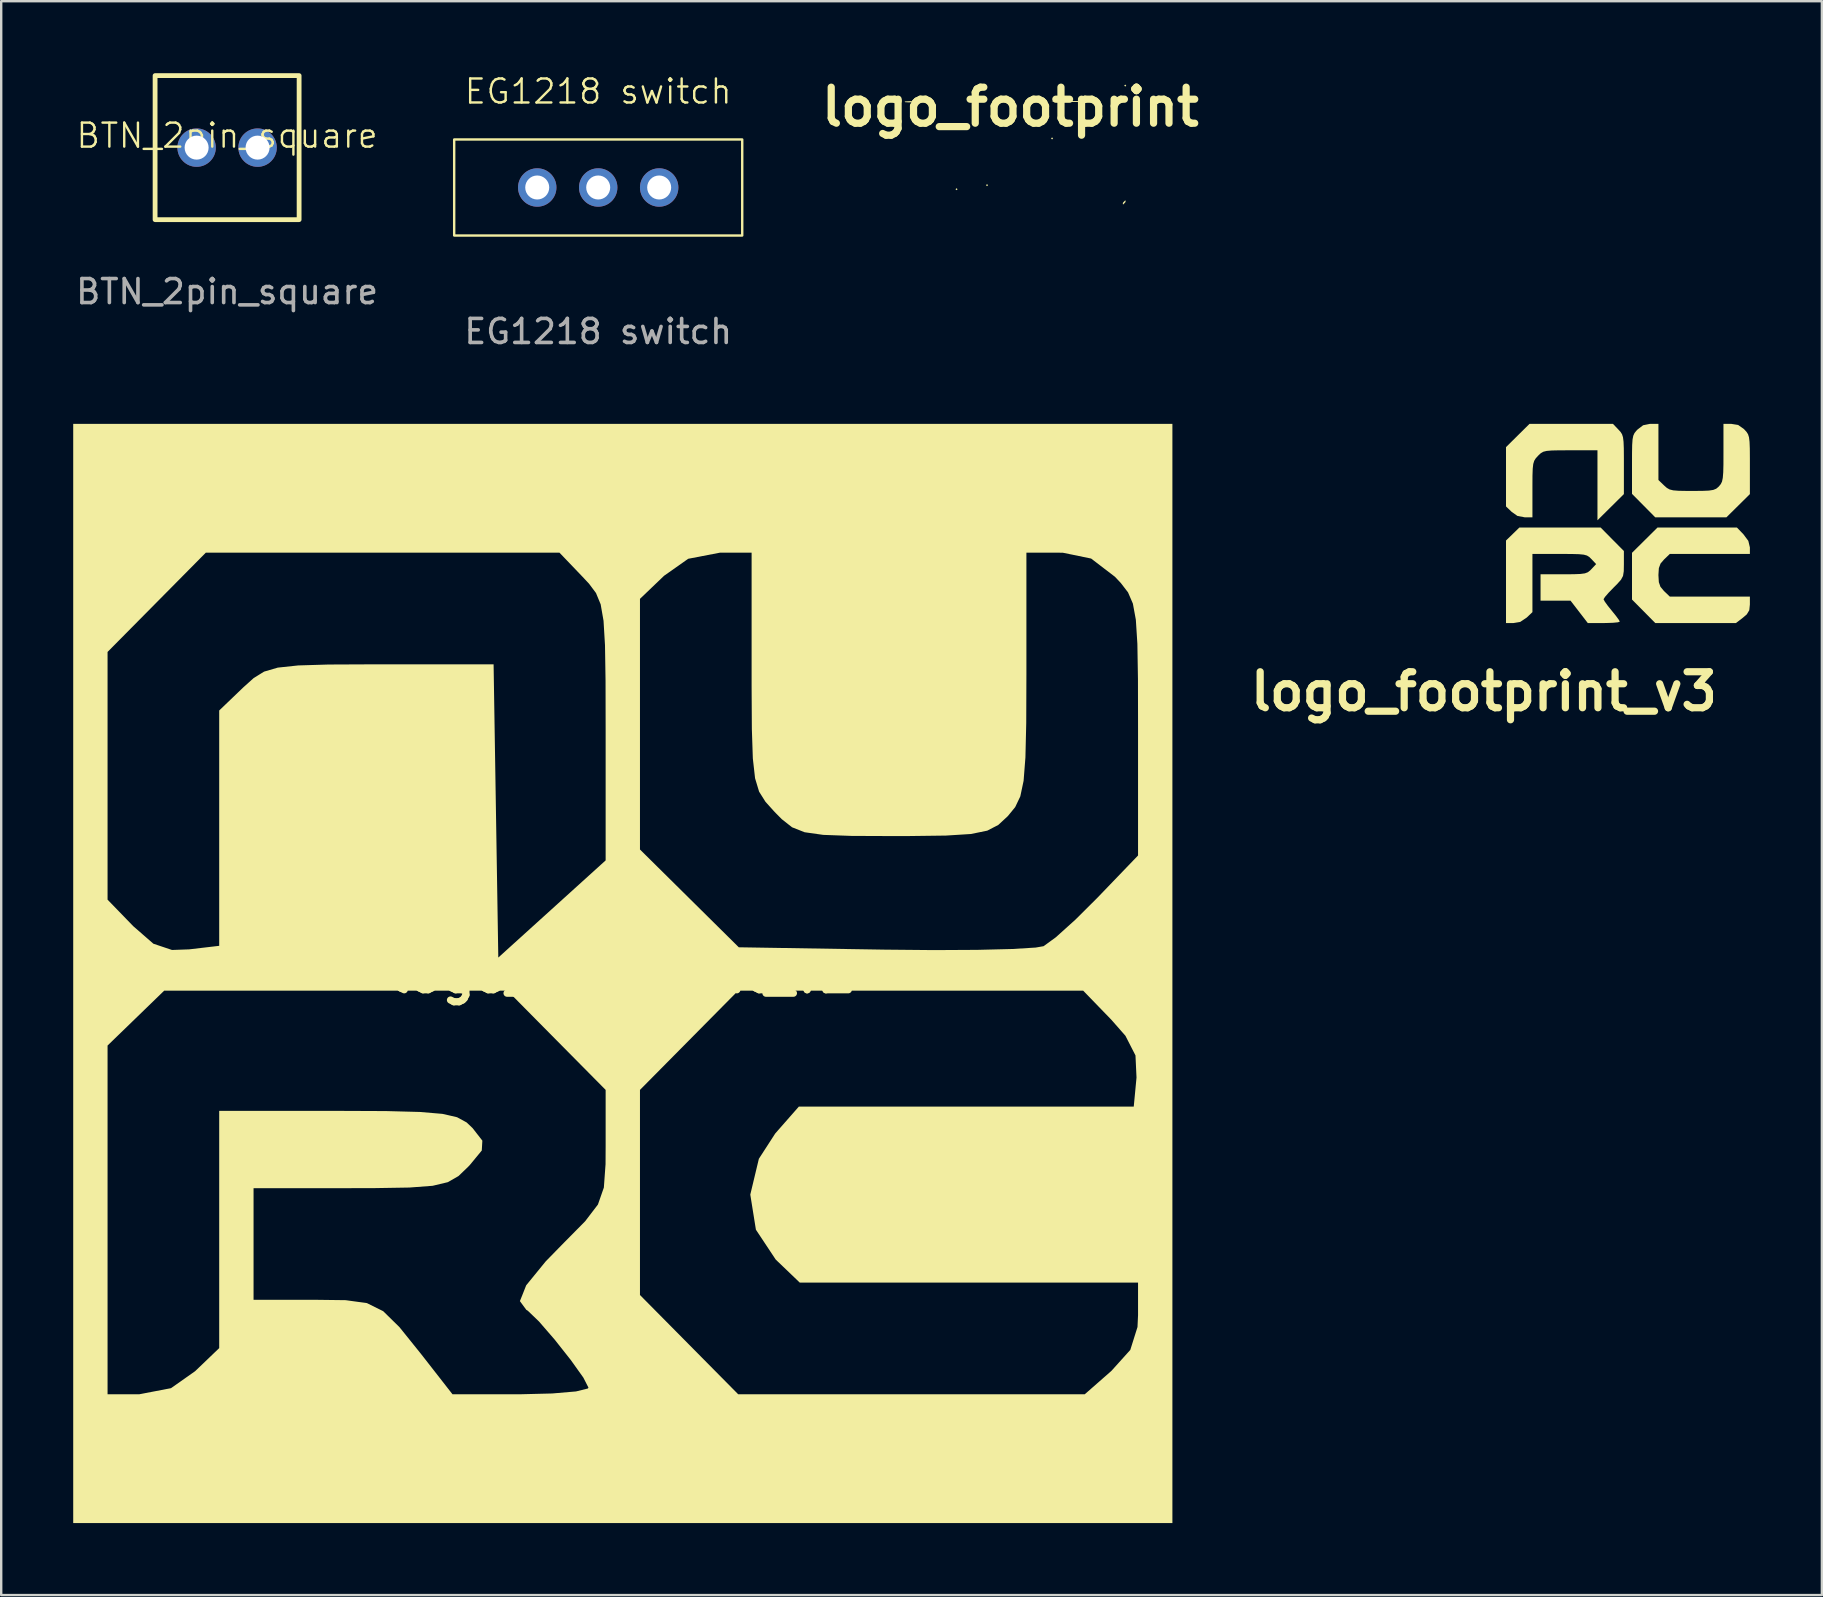
<source format=kicad_pcb>
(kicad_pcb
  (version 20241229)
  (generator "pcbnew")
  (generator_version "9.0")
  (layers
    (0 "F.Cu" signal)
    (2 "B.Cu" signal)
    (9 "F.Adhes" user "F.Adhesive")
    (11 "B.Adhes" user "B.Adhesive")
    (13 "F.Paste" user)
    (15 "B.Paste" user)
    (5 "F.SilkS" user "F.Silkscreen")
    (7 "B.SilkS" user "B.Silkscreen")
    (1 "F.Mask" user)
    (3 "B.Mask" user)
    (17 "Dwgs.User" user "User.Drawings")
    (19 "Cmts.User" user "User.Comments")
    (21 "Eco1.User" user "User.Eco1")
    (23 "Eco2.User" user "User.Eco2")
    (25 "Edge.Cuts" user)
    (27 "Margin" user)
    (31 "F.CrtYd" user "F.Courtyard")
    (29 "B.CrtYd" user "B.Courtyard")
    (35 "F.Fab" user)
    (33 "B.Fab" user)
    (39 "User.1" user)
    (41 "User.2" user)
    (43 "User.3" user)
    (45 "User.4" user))
  (footprint "logo_footprint_v3"
    (layer "F.Cu")
    (at 64.77 18.757)
    (property "Reference" "logo_footprint_v3" (at -6 7 0) (layer "F.SilkS") (effects (font (size 1.5 1.5) (thickness 0.3))))
    (attr board_only exclude_from_pos_files exclude_from_bom)
    (fp_poly (pts (xy 4.809 0.449) (xy 5.015 0.725) (xy 5.08 0.997) (xy 5.08 0.999) (xy 5.08 1.27) (xy 3.412 1.27) (xy 1.745 1.27) (xy 1.507 1.498) (xy 1.359 1.67) (xy 1.288 1.86) (xy 1.27 2.141) (xy 1.27 2.159) (xy 1.287 2.446) (xy 1.354 2.639) (xy 1.498 2.811) (xy 1.507 2.82) (xy 1.745 3.048) (xy 3.412 3.048) (xy 5.08 3.048) (xy 5.08 3.377) (xy 5.055 3.615) (xy 4.951 3.788) (xy 4.789 3.927) (xy 4.499 4.149) (xy 2.818 4.149) (xy 1.138 4.149) (xy 0.654 3.659) (xy 0.169 3.17) (xy 0.169 2.196) (xy 0.169 1.223) (xy 0.701 0.696) (xy 1.232 0.169) (xy 2.886 0.169) (xy 4.539 0.169)) (stroke (width 0) (type solid)) (fill yes) (layer "F.SilkS"))
    (fp_poly (pts (xy -0.397 -3.911) (xy -0.308 -3.814) (xy -0.246 -3.716) (xy -0.206 -3.589) (xy -0.183 -3.401) (xy -0.172 -3.121) (xy -0.169 -2.719) (xy -0.169 -2.448) (xy -0.169 -1.223) (xy -0.72 -0.677) (xy -1.27 -0.132) (xy -1.27 -1.59) (xy -1.27 -3.048) (xy -2.397 -3.048) (xy -2.853 -3.047) (xy -3.172 -3.04) (xy -3.386 -3.022) (xy -3.527 -2.987) (xy -3.628 -2.929) (xy -3.721 -2.843) (xy -3.752 -2.811) (xy -3.843 -2.71) (xy -3.905 -2.61) (xy -3.945 -2.478) (xy -3.967 -2.283) (xy -3.977 -1.992) (xy -3.979 -1.573) (xy -3.979 -1.414) (xy -3.979 -0.254) (xy -4.292 -0.254) (xy -4.605 -0.314) (xy -4.843 -0.482) (xy -5.08 -0.709) (xy -5.08 -1.945) (xy -5.08 -3.18) (xy -4.591 -3.664) (xy -4.101 -4.149) (xy -2.363 -4.149) (xy -0.624 -4.149)) (stroke (width 0) (type solid)) (fill yes) (layer "F.SilkS"))
    (fp_poly (pts (xy 4.591 -4.103) (xy 4.826 -3.938) (xy 4.852 -3.911) (xy 4.941 -3.814) (xy 5.003 -3.716) (xy 5.043 -3.589) (xy 5.066 -3.401) (xy 5.077 -3.121) (xy 5.08 -2.719) (xy 5.08 -2.448) (xy 5.08 -1.222) (xy 4.591 -0.738) (xy 4.101 -0.254) (xy 2.62 -0.254) (xy 1.138 -0.254) (xy 0.654 -0.743) (xy 0.169 -1.233) (xy 0.169 -2.453) (xy 0.17 -2.931) (xy 0.176 -3.27) (xy 0.192 -3.502) (xy 0.223 -3.657) (xy 0.273 -3.766) (xy 0.348 -3.859) (xy 0.397 -3.911) (xy 0.632 -4.091) (xy 0.911 -4.148) (xy 0.947 -4.149) (xy 1.27 -4.149) (xy 1.27 -2.979) (xy 1.27 -1.81) (xy 1.507 -1.582) (xy 1.62 -1.482) (xy 1.734 -1.417) (xy 1.886 -1.379) (xy 2.114 -1.361) (xy 2.455 -1.355) (xy 2.678 -1.355) (xy 3.092 -1.357) (xy 3.372 -1.369) (xy 3.554 -1.397) (xy 3.675 -1.446) (xy 3.769 -1.523) (xy 3.795 -1.551) (xy 3.868 -1.64) (xy 3.919 -1.745) (xy 3.951 -1.898) (xy 3.97 -2.128) (xy 3.978 -2.467) (xy 3.979 -2.944) (xy 3.979 -2.948) (xy 3.979 -4.149) (xy 4.302 -4.149)) (stroke (width 0) (type solid)) (fill yes) (layer "F.SilkS"))
    (fp_poly (pts (xy -0.654 0.659) (xy -0.169 1.148) (xy -0.169 1.699) (xy -0.174 1.991) (xy -0.205 2.187) (xy -0.29 2.346) (xy -0.454 2.529) (xy -0.593 2.667) (xy -0.803 2.884) (xy -0.954 3.058) (xy -1.016 3.155) (xy -1.016 3.157) (xy -0.965 3.255) (xy -0.833 3.438) (xy -0.677 3.631) (xy -0.5 3.85) (xy -0.377 4.018) (xy -0.339 4.091) (xy -0.417 4.118) (xy -0.623 4.138) (xy -0.919 4.148) (xy -1.006 4.149) (xy -1.673 4.149) (xy -2.032 3.683) (xy -2.391 3.217) (xy -3.016 3.217) (xy -3.641 3.217) (xy -3.641 2.667) (xy -3.641 2.117) (xy -2.682 2.117) (xy -2.264 2.115) (xy -1.979 2.104) (xy -1.793 2.079) (xy -1.67 2.032) (xy -1.574 1.957) (xy -1.524 1.905) (xy -1.325 1.693) (xy -1.524 1.482) (xy -1.612 1.396) (xy -1.707 1.337) (xy -1.84 1.3) (xy -2.045 1.28) (xy -2.352 1.272) (xy -2.793 1.27) (xy -2.851 1.27) (xy -3.979 1.27) (xy -3.979 2.482) (xy -3.979 3.694) (xy -4.217 3.921) (xy -4.489 4.103) (xy -4.767 4.149) (xy -5.08 4.149) (xy -5.08 2.43) (xy -5.08 0.711) (xy -4.801 0.44) (xy -4.522 0.169) (xy -2.83 0.169) (xy -1.138 0.169)) (stroke (width 0) (type solid)) (fill yes) (layer "F.SilkS")))
  (footprint "logo_footprint"
    (layer "F.Cu")
    (at 39.043 1.404)
    (property "Reference" "logo_footprint" (at 0 0 0) (layer "F.SilkS") (effects (font (size 1.5 1.5) (thickness 0.3))))
    (attr board_only exclude_from_pos_files exclude_from_bom)
    (fp_poly (pts (xy -2.201 3.429) (xy -2.244 3.471) (xy -2.286 3.429) (xy -2.244 3.387)) (stroke (width 0) (type solid)) (fill yes) (layer "F.SilkS"))
    (fp_poly (pts (xy -0.931 3.26) (xy -0.974 3.302) (xy -1.016 3.26) (xy -0.974 3.217)) (stroke (width 0) (type solid)) (fill yes) (layer "F.SilkS"))
    (fp_poly (pts (xy 1.778 1.312) (xy 1.736 1.355) (xy 1.693 1.312) (xy 1.736 1.27)) (stroke (width 0) (type solid)) (fill yes) (layer "F.SilkS"))
    (fp_poly (pts (xy 4.826 -0.889) (xy 4.784 -0.847) (xy 4.741 -0.889) (xy 4.784 -0.931)) (stroke (width 0) (type solid)) (fill yes) (layer "F.SilkS"))
    (fp_poly (pts (xy -4.085 -0.228) (xy -4.059 -0.203) (xy -4.176 -0.19) (xy -4.233 -0.189) (xy -4.387 -0.198) (xy -4.406 -0.22) (xy -4.381 -0.228) (xy -4.167 -0.241)) (stroke (width 0) (type solid)) (fill yes) (layer "F.SilkS"))
    (fp_poly (pts (xy 4.799 3.949) (xy 4.784 3.979) (xy 4.704 4.06) (xy 4.689 4.064) (xy 4.683 4.009) (xy 4.699 3.979) (xy 4.779 3.898) (xy 4.794 3.895)) (stroke (width 0) (type solid)) (fill yes) (layer "F.SilkS"))
    (fp_poly (pts (xy 3.3 -0.233) (xy 3.327 -0.232) (xy 3.472 -0.223) (xy 3.459 -0.216) (xy 3.302 -0.21) (xy 3.012 -0.205) (xy 2.602 -0.204) (xy 2.582 -0.204) (xy 2.171 -0.205) (xy 1.883 -0.209) (xy 1.73 -0.215) (xy 1.723 -0.223) (xy 1.874 -0.232) (xy 1.888 -0.232) (xy 2.346 -0.243) (xy 2.852 -0.243)) (stroke (width 0) (type solid)) (fill yes) (layer "F.SilkS")))
  (footprint "logo_footprint_v2"
    (layer "F.Cu")
    (at 22.896 37.505)
    (property "Reference" "logo_footprint_v2" (at 0 0 0) (layer "F.SilkS") (effects (font (size 1.5 1.5) (thickness 0.3))))
    (attr board_only exclude_from_pos_files exclude_from_bom)
    (fp_poly (pts (xy 22.896 0) (xy 22.896 22.896) (xy 0 22.896) (xy -22.896 22.896) (xy -22.896 17.53) (xy -21.465 17.53) (xy -20.143 17.53) (xy -18.822 17.276) (xy -17.817 16.568) (xy -16.814 15.607) (xy -16.814 10.665) (xy -16.814 5.724) (xy -11.861 5.724) (xy -9.864 5.732) (xy -8.456 5.769) (xy -7.511 5.849) (xy -6.904 5.989) (xy -6.506 6.206) (xy -6.257 6.443) (xy -5.851 6.964) (xy -5.875 7.375) (xy -6.364 7.969) (xy -6.443 8.053) (xy -6.846 8.44) (xy -7.289 8.694) (xy -7.922 8.845) (xy -8.893 8.918) (xy -10.354 8.942) (xy -11.331 8.944) (xy -15.383 8.944) (xy -15.383 11.269) (xy -15.383 13.594) (xy -12.853 13.594) (xy -11.547 13.61) (xy -10.66 13.732) (xy -9.982 14.069) (xy -9.305 14.733) (xy -8.42 15.833) (xy -8.282 16.009) (xy -7.095 17.53) (xy -4.263 17.53) (xy -2.942 17.497) (xy -1.949 17.412) (xy -1.456 17.29) (xy -1.431 17.253) (xy -1.643 16.837) (xy -2.169 16.1) (xy -2.841 15.25) (xy -3.493 14.497) (xy -3.958 14.05) (xy -4.021 14.012) (xy -4.287 13.649) (xy -4.185 13.395) (xy 0.715 13.395) (xy 2.761 15.462) (xy 4.807 17.53) (xy 12.026 17.53) (xy 19.245 17.53) (xy 20.355 16.556) (xy 21.142 15.682) (xy 21.442 14.728) (xy 21.465 14.23) (xy 21.465 12.879) (xy 14.419 12.879) (xy 7.373 12.879) (xy 6.37 11.918) (xy 5.545 10.674) (xy 5.311 9.212) (xy 5.668 7.721) (xy 6.35 6.666) (xy 7.334 5.545) (xy 14.31 5.545) (xy 21.286 5.545) (xy 21.401 4.337) (xy 21.358 3.414) (xy 20.939 2.595) (xy 20.347 1.922) (xy 19.178 0.715) (xy 11.993 0.715) (xy 4.807 0.715) (xy 2.761 2.783) (xy 0.715 4.85) (xy 0.715 9.123) (xy 0.715 13.395) (xy -4.185 13.395) (xy -4.025 12.991) (xy -3.211 11.993) (xy -2.504 11.269) (xy -1.57 10.324) (xy -1.036 9.625) (xy -0.789 8.917) (xy -0.719 7.946) (xy -0.715 7.179) (xy -0.715 4.85) (xy -2.761 2.783) (xy -4.807 0.715) (xy -11.956 0.715) (xy -19.105 0.715) (xy -20.285 1.859) (xy -21.465 3.002) (xy -21.465 10.266) (xy -21.465 17.53) (xy -22.896 17.53) (xy -22.896 0) (xy -22.896 -3.075) (xy -21.465 -3.075) (xy -20.391 -1.967) (xy -19.556 -1.24) (xy -18.78 -0.979) (xy -18.066 -1.005) (xy -16.814 -1.152) (xy -16.814 -6.054) (xy -16.814 -10.956) (xy -15.811 -11.918) (xy -15.377 -12.308) (xy -14.945 -12.575) (xy -14.374 -12.742) (xy -13.525 -12.833) (xy -12.262 -12.871) (xy -10.443 -12.879) (xy -10.095 -12.879) (xy -5.383 -12.879) (xy -5.285 -6.771) (xy -5.187 -0.663) (xy -2.951 -2.687) (xy -0.715 -4.711) (xy -0.715 -5.165) (xy 0.715 -5.165) (xy 2.774 -3.128) (xy 4.832 -1.091) (xy 10.912 -0.993) (xy 12.957 -0.974) (xy 14.773 -0.984) (xy 16.232 -1.02) (xy 17.202 -1.08) (xy 17.53 -1.137) (xy 18.041 -1.509) (xy 18.857 -2.244) (xy 19.765 -3.148) (xy 21.465 -4.916) (xy 21.465 -10.219) (xy 21.461 -12.27) (xy 21.437 -13.733) (xy 21.373 -14.737) (xy 21.25 -15.408) (xy 21.048 -15.875) (xy 20.748 -16.266) (xy 20.503 -16.526) (xy 19.51 -17.286) (xy 18.333 -17.528) (xy 18.178 -17.53) (xy 16.814 -17.53) (xy 16.814 -12.455) (xy 16.807 -10.435) (xy 16.773 -9.001) (xy 16.697 -8.026) (xy 16.56 -7.379) (xy 16.347 -6.931) (xy 16.039 -6.555) (xy 16.036 -6.552) (xy 15.644 -6.189) (xy 15.184 -5.95) (xy 14.505 -5.811) (xy 13.459 -5.745) (xy 11.894 -5.725) (xy 11.274 -5.724) (xy 9.531 -5.731) (xy 8.35 -5.774) (xy 7.574 -5.884) (xy 7.05 -6.091) (xy 6.622 -6.429) (xy 6.327 -6.727) (xy 5.944 -7.152) (xy 5.678 -7.575) (xy 5.51 -8.132) (xy 5.417 -8.958) (xy 5.376 -10.187) (xy 5.366 -11.955) (xy 5.366 -12.63) (xy 5.366 -17.53) (xy 4.044 -17.53) (xy 2.724 -17.276) (xy 1.719 -16.568) (xy 0.715 -15.607) (xy 0.715 -10.386) (xy 0.715 -5.165) (xy -0.715 -5.165) (xy -0.715 -10.117) (xy -0.719 -12.19) (xy -0.742 -13.674) (xy -0.803 -14.694) (xy -0.922 -15.378) (xy -1.118 -15.851) (xy -1.408 -16.239) (xy -1.677 -16.526) (xy -2.638 -17.53) (xy -10.006 -17.53) (xy -17.373 -17.53) (xy -19.419 -15.462) (xy -21.465 -13.395) (xy -21.465 -8.235) (xy -21.465 -3.075) (xy -22.896 -3.075) (xy -22.896 -22.896) (xy 0 -22.896) (xy 22.896 -22.896)) (stroke (width 0) (type solid)) (fill yes) (layer "F.SilkS")))
  (footprint "BTN_2pin_square"
    (layer "F.Cu")
    (at 6.411 3.1)
    (property "Reference" "BTN_2pin_square" (at 0 -0.5 0) (unlocked yes) (layer "F.SilkS") (effects (font (size 1 1) (thickness 0.1))))
    (attr through_hole)
    (fp_rect (start -3 -3) (end 3 3) (stroke (width 0.2) (type default)) (fill no) (layer "F.SilkS"))
    (fp_text user "${REFERENCE}" (at 0 6 0) (unlocked yes) (layer "F.Fab") (effects (font (size 1 1) (thickness 0.15))))
    (pad "1" thru_hole circle (at -1.27 0) (size 1.6 1.6) (drill 1) (layers "*.Cu" "*.Mask"))
    (pad "2" thru_hole circle (at 1.27 0) (size 1.6 1.6) (drill 1) (layers "*.Cu" "*.Mask")))
  (footprint "EG1218 switch"
    (layer "F.Cu")
    (at 21.871 4.761)
    (property "Reference" "EG1218 switch" (at 0 -4 0) (unlocked yes) (layer "F.SilkS") (effects (font (size 1 1) (thickness 0.1))))
    (attr through_hole)
    (fp_rect (start -6 -2) (end 6 2) (stroke (width 0.1) (type default)) (fill no) (layer "F.SilkS"))
    (fp_text user "${REFERENCE}" (at 0 6 0) (unlocked yes) (layer "F.Fab") (effects (font (size 1 1) (thickness 0.15))))
    (pad "1" thru_hole circle (at -2.54 0) (size 1.6 1.6) (drill 1) (layers "*.Cu" "*.Mask"))
    (pad "2" thru_hole circle (at 0 0) (size 1.6 1.6) (drill 1) (layers "*.Cu" "*.Mask"))
    (pad "3" thru_hole circle (at 2.54 0) (size 1.6 1.6) (drill 1) (layers "*.Cu" "*.Mask")))
  (gr_rect
    (start -3 -3)
    (end 72.85 63.4)
    (stroke (width 0.1) (type default))
    (fill no)
    (layer "Edge.Cuts")))
</source>
